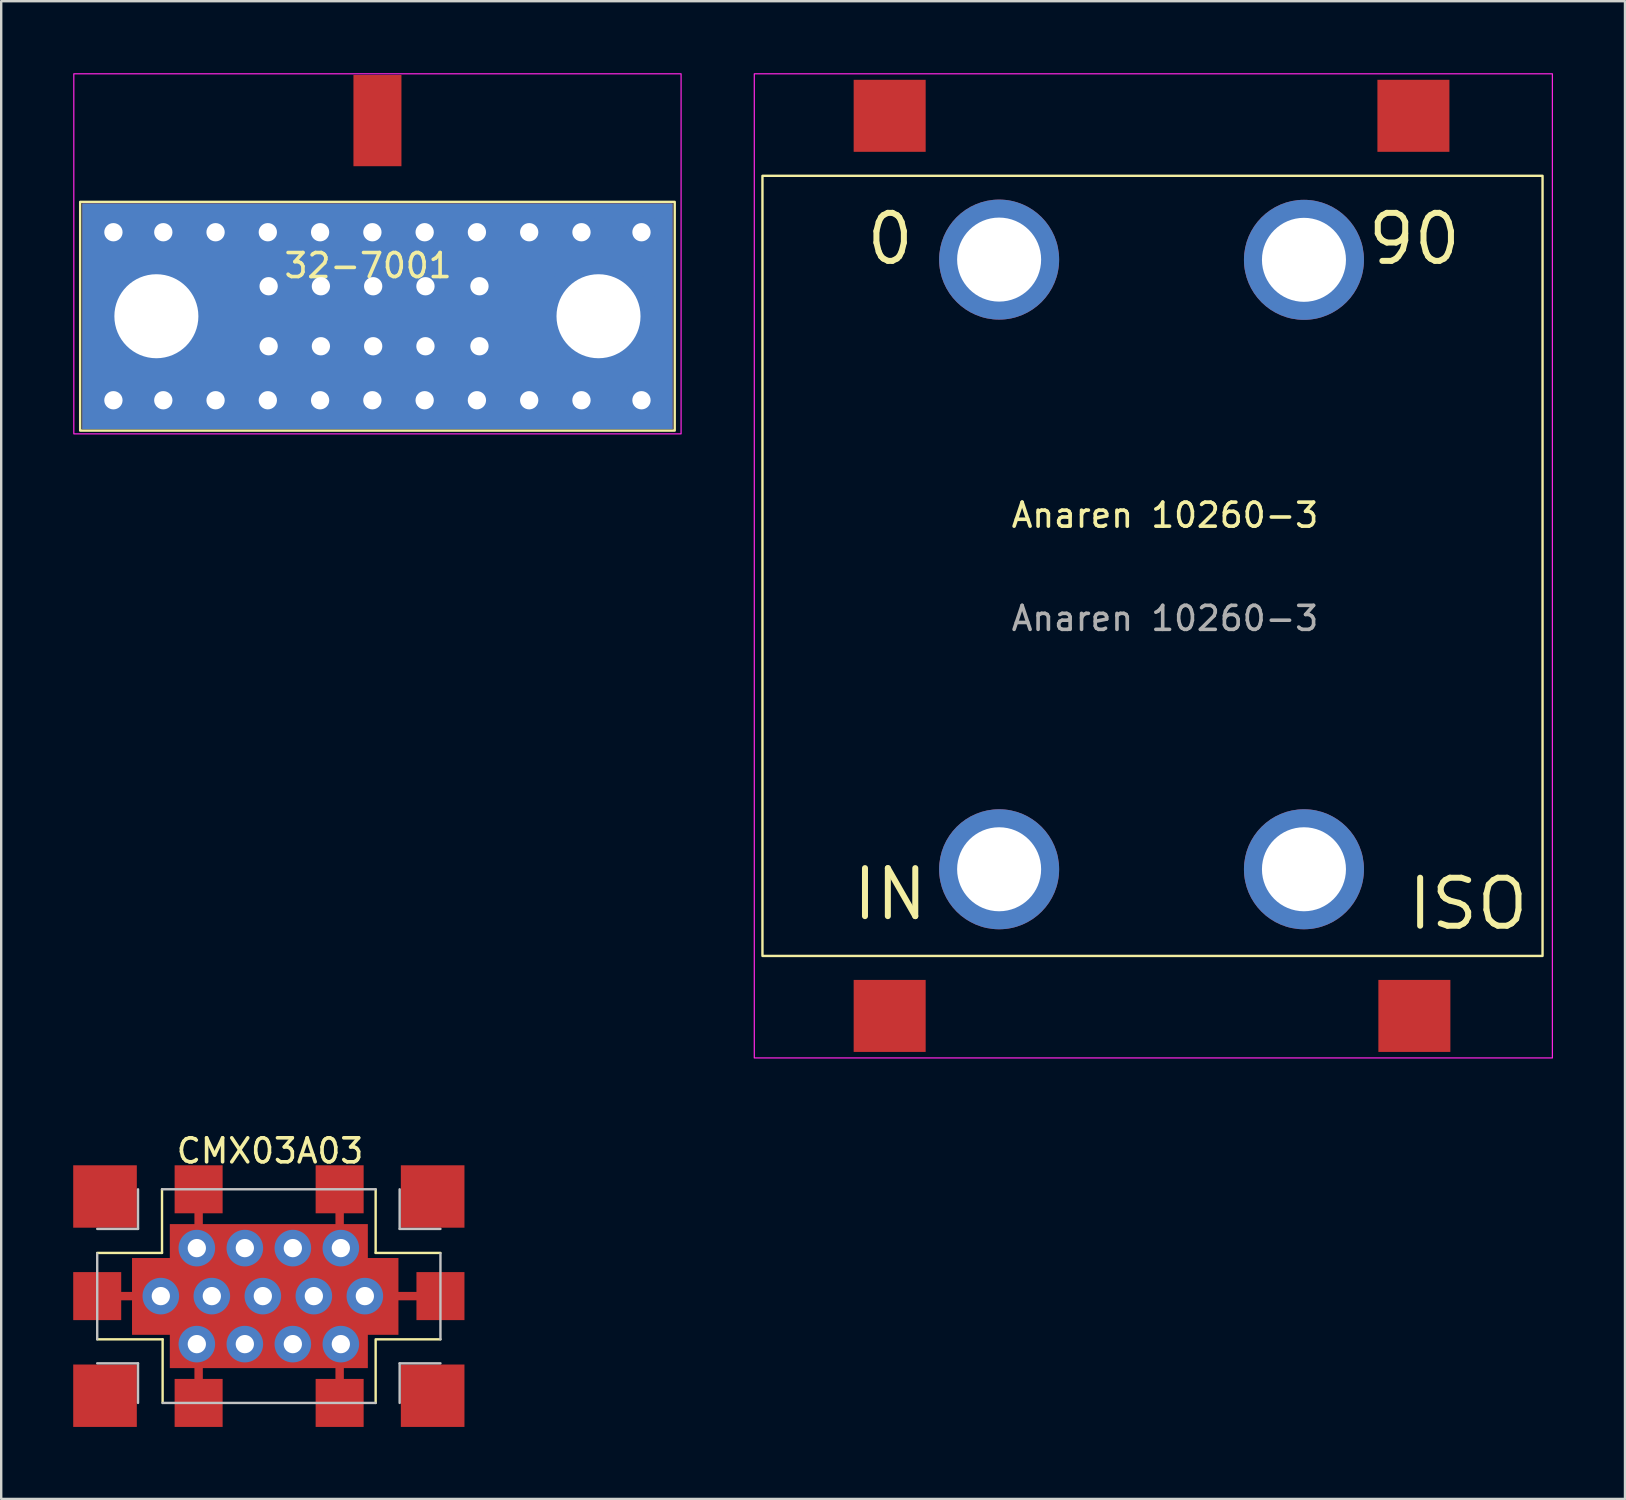
<source format=kicad_pcb>
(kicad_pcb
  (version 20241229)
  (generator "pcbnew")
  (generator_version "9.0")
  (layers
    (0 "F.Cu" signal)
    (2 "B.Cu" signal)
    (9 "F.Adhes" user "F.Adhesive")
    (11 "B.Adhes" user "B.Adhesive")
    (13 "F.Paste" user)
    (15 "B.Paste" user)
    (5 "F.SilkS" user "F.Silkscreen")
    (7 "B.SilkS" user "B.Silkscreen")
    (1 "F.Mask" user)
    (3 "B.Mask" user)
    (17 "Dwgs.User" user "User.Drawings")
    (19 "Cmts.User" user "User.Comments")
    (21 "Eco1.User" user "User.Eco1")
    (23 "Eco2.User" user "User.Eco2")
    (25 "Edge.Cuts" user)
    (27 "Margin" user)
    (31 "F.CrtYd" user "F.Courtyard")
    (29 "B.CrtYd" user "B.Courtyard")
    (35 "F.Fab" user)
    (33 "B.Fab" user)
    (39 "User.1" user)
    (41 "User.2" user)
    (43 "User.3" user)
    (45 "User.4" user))
  (footprint "Anaren 10260-3"
    (layer "F.Cu")
    (at 45.875 20.775)
    (property "Reference" "Anaren 10260-3" (at -0.39 -2.36 180) (layer "F.SilkS") (effects (font (size 1 1) (thickness 0.15))))
    (attr through_hole)
    (fp_rect (start -17.16 -16.5) (end 15.34 16) (stroke (width 0.1) (type default)) (fill no) (layer "F.SilkS"))
    (fp_rect (start -17.5 -20.75) (end 15.75 20.25) (stroke (width 0.05) (type default)) (fill no) (layer "F.CrtYd"))
    (fp_text user "ISO" (at 9.6 15 0) (unlocked yes) (layer "F.SilkS") (effects (font (size 2 2) (thickness 0.25)) (justify left bottom)))
    (fp_text user "IN" (at -13.529 14.6 0) (unlocked yes) (layer "F.SilkS") (effects (font (size 2 2) (thickness 0.25)) (justify left bottom)))
    (fp_text user "90" (at 7.93 -12.7 0) (unlocked yes) (layer "F.SilkS") (effects (font (size 2 2) (thickness 0.25)) (justify left bottom)))
    (fp_text user "0" (at -12.957 -12.7 0) (unlocked yes) (layer "F.SilkS") (effects (font (size 2 2) (thickness 0.25)) (justify left bottom)))
    (fp_text user "${REFERENCE}" (at -0.39 1.94 0) (layer "F.Fab") (effects (font (size 1 1) (thickness 0.15))))
    (pad "1" smd rect (at -11.86 -19 270) (size 3 3) (layers "F.Cu" "F.Mask" "F.Paste"))
    (pad "2" smd rect (at 9.96 -19 270) (size 3 3) (layers "F.Cu" "F.Mask" "F.Paste"))
    (pad "3" smd rect (at -11.86 18.5 270) (size 3 3) (layers "F.Cu" "F.Mask" "F.Paste"))
    (pad "4" smd rect (at 10 18.5 270) (size 3 3) (layers "F.Cu" "F.Mask" "F.Paste"))
    (pad "5" thru_hole circle (at -7.3 -13.01) (size 5 5) (drill 3.5) (layers "*.Cu" "*.Mask"))
    (pad "5" thru_hole circle (at -7.3 12.39) (size 5 5) (drill 3.5) (layers "*.Cu" "*.Mask"))
    (pad "5" thru_hole circle (at 5.4 -13) (size 5 5) (drill 3.5) (layers "*.Cu" "*.Mask"))
    (pad "5" thru_hole circle (at 5.4 12.39) (size 5 5) (drill 3.5) (layers "*.Cu" "*.Mask")))
  (footprint "CMX03A03"
    (layer "F.Cu")
    (at 8.15 50.948)
    (property "Reference" "CMX03A03" (at 0.05 -6.05 180) (layer "F.SilkS") (effects (font (size 1 1) (thickness 0.15))))
    (attr smd)
    (fp_line (start -7.15 -1.8) (end -4.45 -1.8) (stroke (width 0.1) (type default)) (layer "F.SilkS"))
    (fp_line (start -4.45 -1.8) (end -4.45 -4.45) (stroke (width 0.1) (type default)) (layer "F.SilkS"))
    (fp_line (start -4.425 1.8) (end -7.15 1.8) (stroke (width 0.1) (type default)) (layer "F.SilkS"))
    (fp_line (start -4.425 4.45) (end -4.425 1.8) (stroke (width 0.1) (type default)) (layer "F.SilkS"))
    (fp_line (start 4.45 -4.45) (end 4.45 -1.8) (stroke (width 0.1) (type default)) (layer "F.SilkS"))
    (fp_line (start 4.45 -1.8) (end 7.15 -1.8) (stroke (width 0.1) (type default)) (layer "F.SilkS"))
    (fp_line (start 4.45 1.8) (end 4.45 4.45) (stroke (width 0.1) (type default)) (layer "F.SilkS"))
    (fp_line (start 7.15 1.8) (end 4.5 1.8) (stroke (width 0.1) (type default)) (layer "F.SilkS"))
    (fp_line (start -7.15 -2.8) (end -5.45 -2.8) (stroke (width 0.1) (type default)) (layer "Dwgs.User"))
    (fp_line (start -7.15 1.8) (end -7.15 -1.775) (stroke (width 0.1) (type default)) (layer "Dwgs.User"))
    (fp_line (start -7.15 2.8) (end -5.45 2.8) (stroke (width 0.1) (type default)) (layer "Dwgs.User"))
    (fp_line (start -5.45 -4.45) (end -5.45 -2.8) (stroke (width 0.1) (type default)) (layer "Dwgs.User"))
    (fp_line (start -5.45 4.45) (end -5.45 2.8) (stroke (width 0.1) (type default)) (layer "Dwgs.User"))
    (fp_line (start -4.425 4.45) (end 4.45 4.45) (stroke (width 0.1) (type default)) (layer "Dwgs.User"))
    (fp_line (start 4.45 -4.45) (end -4.45 -4.45) (stroke (width 0.1) (type default)) (layer "Dwgs.User"))
    (fp_line (start 5.45 -4.45) (end 5.45 -2.8) (stroke (width 0.1) (type default)) (layer "Dwgs.User"))
    (fp_line (start 5.45 4.45) (end 5.45 2.8) (stroke (width 0.1) (type default)) (layer "Dwgs.User"))
    (fp_line (start 7.15 -2.8) (end 5.45 -2.8) (stroke (width 0.1) (type default)) (layer "Dwgs.User"))
    (fp_line (start 7.15 -1.775) (end 7.15 1.8) (stroke (width 0.1) (type default)) (layer "Dwgs.User"))
    (fp_line (start 7.15 2.8) (end 5.45 2.8) (stroke (width 0.1) (type default)) (layer "Dwgs.User"))
    (pad "1" smd rect (at -6.825 -4.15 270) (size 2.6 2.65) (layers "F.Cu" "F.Mask" "F.Paste"))
    (pad "2" smd rect (at 6.825 -4.15 270) (size 2.6 2.65) (layers "F.Cu" "F.Mask" "F.Paste"))
    (pad "3" smd rect (at -6.825 4.15 270) (size 2.6 2.65) (layers "F.Cu" "F.Mask" "F.Paste"))
    (pad "4" smd rect (at 6.825 4.15 270) (size 2.6 2.65) (layers "F.Cu" "F.Mask" "F.Paste"))
    (pad "5" smd rect (at -7.15 0) (size 2 2) (layers "F.Cu" "F.Mask" "F.Paste"))
    (pad "5" smd rect (at -6 0) (size 1.05 0.35) (layers "F.Cu" "F.Mask"))
    (pad "5" thru_hole circle (at -4.5 0) (size 1.524 1.524) (drill 0.762) (layers "*.Cu" "*.Mask"))
    (pad "5" thru_hole circle (at -3 -2) (size 1.524 1.524) (drill 0.762) (layers "*.Cu" "*.Mask"))
    (pad "5" thru_hole circle (at -3 2) (size 1.524 1.524) (drill 0.762) (layers "*.Cu" "*.Mask"))
    (pad "5" smd rect (at -2.925 -4.45 270) (size 2 2) (layers "F.Cu" "F.Mask" "F.Paste"))
    (pad "5" smd rect (at -2.925 -3.25 90) (size 0.75 0.35) (layers "F.Cu" "F.Mask"))
    (pad "5" smd rect (at -2.925 3.25 90) (size 0.75 0.35) (layers "F.Cu" "F.Mask"))
    (pad "5" smd rect (at -2.925 4.45 270) (size 2 2) (layers "F.Cu" "F.Mask" "F.Paste"))
    (pad "5" thru_hole circle (at -2.375 0) (size 1.524 1.524) (drill 0.762) (layers "*.Cu" "*.Mask"))
    (pad "5" thru_hole circle (at -1 -2) (size 1.524 1.524) (drill 0.762) (layers "*.Cu" "*.Mask"))
    (pad "5" thru_hole circle (at -1 2) (size 1.524 1.524) (drill 0.762) (layers "*.Cu" "*.Mask"))
    (pad "5" thru_hole circle (at -0.25 0) (size 1.524 1.524) (drill 0.762) (layers "*.Cu" "*.Mask"))
    (pad "5" smd rect (at -0.15 0.013) (size 11.1 3.2) (layers "F.Cu" "F.Mask"))
    (pad "5" smd custom (at 0 0 270) (size 6 8.25) (layers "F.Cu" "F.Mask") (options (anchor rect)) (primitives))
    (pad "5" thru_hole circle (at 1 -2) (size 1.524 1.524) (drill 0.762) (layers "*.Cu" "*.Mask"))
    (pad "5" thru_hole circle (at 1 2) (size 1.524 1.524) (drill 0.762) (layers "*.Cu" "*.Mask"))
    (pad "5" thru_hole circle (at 1.875 0) (size 1.524 1.524) (drill 0.762) (layers "*.Cu" "*.Mask"))
    (pad "5" smd rect (at 2.95 -4.45 270) (size 2 2) (layers "F.Cu" "F.Mask" "F.Paste"))
    (pad "5" smd rect (at 2.95 -3.25 90) (size 0.75 0.35) (layers "F.Cu" "F.Mask"))
    (pad "5" smd rect (at 2.95 3.25 90) (size 0.75 0.35) (layers "F.Cu" "F.Mask"))
    (pad "5" smd rect (at 2.95 4.45 270) (size 2 2) (layers "F.Cu" "F.Mask" "F.Paste"))
    (pad "5" thru_hole circle (at 3 -2) (size 1.524 1.524) (drill 0.762) (layers "*.Cu" "*.Mask"))
    (pad "5" thru_hole circle (at 3 2) (size 1.524 1.524) (drill 0.762) (layers "*.Cu" "*.Mask"))
    (pad "5" thru_hole circle (at 4 0) (size 1.524 1.524) (drill 0.762) (layers "*.Cu" "*.Mask"))
    (pad "5" smd rect (at 5.75 0) (size 1.05 0.35) (layers "F.Cu" "F.Mask"))
    (pad "5" smd rect (at 7.15 0) (size 2 2) (layers "F.Cu" "F.Mask" "F.Paste")))
  (footprint "32-7001"
    (layer "F.Cu")
    (at 12.675 10.125)
    (property "Reference" "32-7001" (at -0.39 -2.11 180) (layer "F.SilkS") (effects (font (size 1 1) (thickness 0.15))))
    (attr smd)
    (fp_rect (start -12.385 -4.765) (end 12.385 4.765) (stroke (width 0.1) (type default)) (fill no) (layer "F.SilkS"))
    (fp_rect (start -12.65 -10.1) (end 12.65 4.9) (stroke (width 0.05) (type default)) (fill no) (layer "F.CrtYd"))
    (pad "1" smd rect (at 0 -8.15 270) (size 3.8 2) (layers "F.Cu" "F.Mask" "F.Paste"))
    (pad "2" thru_hole circle (at -11 -3.5) (size 1.524 1.524) (drill 0.762) (layers "*.Cu" "*.Mask"))
    (pad "2" thru_hole circle (at -11 3.5) (size 1.524 1.524) (drill 0.762) (layers "*.Cu" "*.Mask"))
    (pad "2" thru_hole circle (at -9.21 0 270) (size 5 5) (drill 3.5) (layers "*.Cu" "*.Mask"))
    (pad "2" thru_hole circle (at -8.922 -3.5) (size 1.524 1.524) (drill 0.762) (layers "*.Cu" "*.Mask"))
    (pad "2" thru_hole circle (at -8.922 3.5) (size 1.524 1.524) (drill 0.762) (layers "*.Cu" "*.Mask"))
    (pad "2" thru_hole circle (at -6.744 -3.5) (size 1.524 1.524) (drill 0.762) (layers "*.Cu" "*.Mask"))
    (pad "2" thru_hole circle (at -6.744 3.5) (size 1.524 1.524) (drill 0.762) (layers "*.Cu" "*.Mask"))
    (pad "2" thru_hole circle (at -4.567 -3.5) (size 1.524 1.524) (drill 0.762) (layers "*.Cu" "*.Mask"))
    (pad "2" thru_hole circle (at -4.567 3.5) (size 1.524 1.524) (drill 0.762) (layers "*.Cu" "*.Mask"))
    (pad "2" thru_hole circle (at -4.533 -1.25) (size 1.524 1.524) (drill 0.762) (layers "*.Cu" "*.Mask"))
    (pad "2" thru_hole circle (at -4.533 1.25) (size 1.524 1.524) (drill 0.762) (layers "*.Cu" "*.Mask"))
    (pad "2" thru_hole circle (at -2.389 -3.5) (size 1.524 1.524) (drill 0.762) (layers "*.Cu" "*.Mask"))
    (pad "2" thru_hole circle (at -2.389 3.5) (size 1.524 1.524) (drill 0.762) (layers "*.Cu" "*.Mask"))
    (pad "2" thru_hole circle (at -2.356 -1.25) (size 1.524 1.524) (drill 0.762) (layers "*.Cu" "*.Mask"))
    (pad "2" thru_hole circle (at -2.356 1.25) (size 1.524 1.524) (drill 0.762) (layers "*.Cu" "*.Mask"))
    (pad "2" thru_hole circle (at -0.211 -3.5) (size 1.524 1.524) (drill 0.762) (layers "*.Cu" "*.Mask"))
    (pad "2" thru_hole circle (at -0.211 3.5) (size 1.524 1.524) (drill 0.762) (layers "*.Cu" "*.Mask"))
    (pad "2" thru_hole circle (at -0.178 -1.25) (size 1.524 1.524) (drill 0.762) (layers "*.Cu" "*.Mask"))
    (pad "2" thru_hole circle (at -0.178 1.25) (size 1.524 1.524) (drill 0.762) (layers "*.Cu" "*.Mask"))
    (pad "2" smd rect (at 0 0 270) (size 9.4 24.6) (layers "F.Cu" "F.Mask"))
    (pad "2" smd rect (at 0 0 270) (size 9.4 24.6) (layers "B.Cu" "B.Mask"))
    (pad "2" thru_hole circle (at 1.967 -3.5) (size 1.524 1.524) (drill 0.762) (layers "*.Cu" "*.Mask"))
    (pad "2" thru_hole circle (at 1.967 3.5) (size 1.524 1.524) (drill 0.762) (layers "*.Cu" "*.Mask"))
    (pad "2" thru_hole circle (at 2 -1.25) (size 1.524 1.524) (drill 0.762) (layers "*.Cu" "*.Mask"))
    (pad "2" thru_hole circle (at 2 1.25) (size 1.524 1.524) (drill 0.762) (layers "*.Cu" "*.Mask"))
    (pad "2" thru_hole circle (at 4.144 -3.5) (size 1.524 1.524) (drill 0.762) (layers "*.Cu" "*.Mask"))
    (pad "2" thru_hole circle (at 4.144 3.5) (size 1.524 1.524) (drill 0.762) (layers "*.Cu" "*.Mask"))
    (pad "2" thru_hole circle (at 4.25 -1.25) (size 1.524 1.524) (drill 0.762) (layers "*.Cu" "*.Mask"))
    (pad "2" thru_hole circle (at 4.25 1.25) (size 1.524 1.524) (drill 0.762) (layers "*.Cu" "*.Mask"))
    (pad "2" thru_hole circle (at 6.322 -3.5) (size 1.524 1.524) (drill 0.762) (layers "*.Cu" "*.Mask"))
    (pad "2" thru_hole circle (at 6.322 3.5) (size 1.524 1.524) (drill 0.762) (layers "*.Cu" "*.Mask"))
    (pad "2" thru_hole circle (at 8.5 -3.5) (size 1.524 1.524) (drill 0.762) (layers "*.Cu" "*.Mask"))
    (pad "2" thru_hole circle (at 8.5 3.5) (size 1.524 1.524) (drill 0.762) (layers "*.Cu" "*.Mask"))
    (pad "2" thru_hole circle (at 9.21 0 270) (size 5 5) (drill 3.5) (layers "*.Cu" "*.Mask"))
    (pad "2" thru_hole circle (at 11 -3.5) (size 1.524 1.524) (drill 0.762) (layers "*.Cu" "*.Mask"))
    (pad "2" thru_hole circle (at 11 3.5) (size 1.524 1.524) (drill 0.762) (layers "*.Cu" "*.Mask")))
  (gr_rect
    (start -3 -3)
    (end 64.65 59.398)
    (stroke (width 0.1) (type default))
    (fill no)
    (layer "Edge.Cuts")))
</source>
